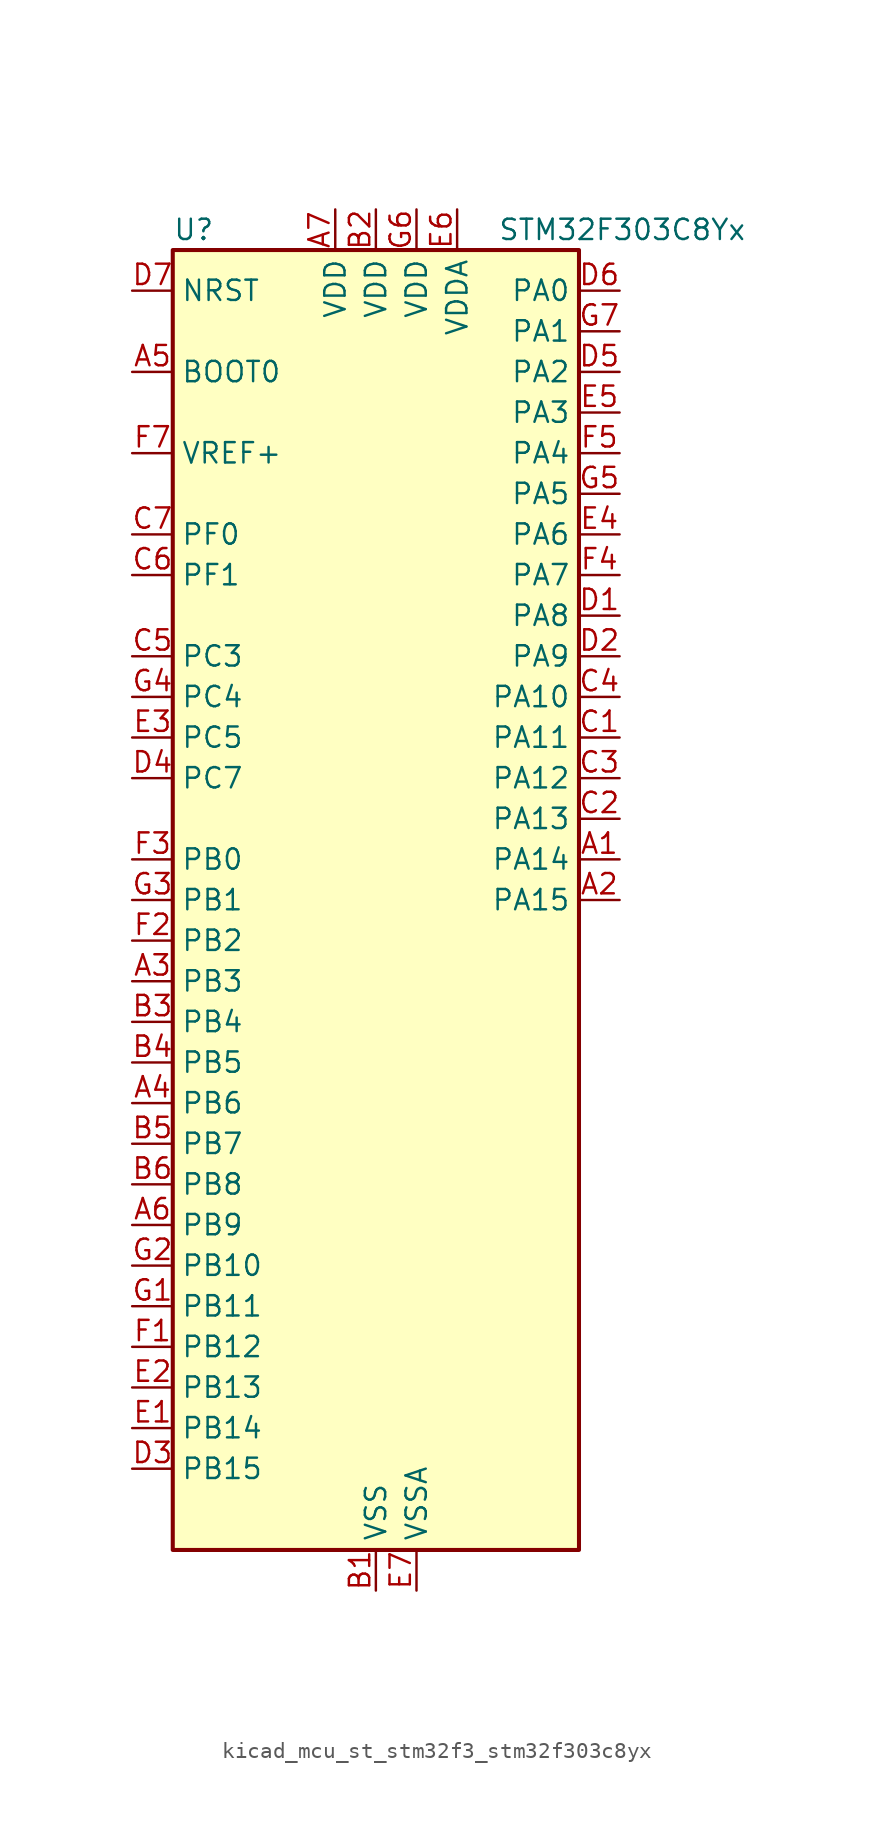
<source format=kicad_sym>
(kicad_symbol_lib
  (version 20220914)
  (generator kicad_symbol_editor)
  (symbol "kicad_mcu_st_stm32f3_stm32f303c8yx"
    (property "Reference" "U"
      (at -12.7 41.91 0)
      (effects (font (size 1.27 1.27)) (justify left)))
    (property "Value" "STM32F303C8Yx"
      (at 7.62 41.91 0)
      (effects (font (size 1.27 1.27)) (justify left)))
    (property "ki_locked" ""
      (at 0 0 0)
      (effects (font (size 1.27 1.27))))
    (symbol "kicad_mcu_st_stm32f3_stm32f303c8yx_0_1"
      (rectangle (start -12.7 -40.64) (end 12.7 40.64) (stroke (width 0.254) (type default)) (fill (type background))))
    (symbol "kicad_mcu_st_stm32f3_stm32f303c8yx_1_1"
      (pin bidirectional line (at 15.24 2.54 180) (length 2.54) (name "PA14" (effects (font (size 1.27 1.27)))) (number "A1" (effects (font (size 1.27 1.27)))) (alternate "I2C1_SDA" bidirectional line) (alternate "SYS_JTCK-SWCLK" bidirectional line) (alternate "TIM1_BKIN" bidirectional line) (alternate "TSC_G4_IO4" bidirectional line) (alternate "USART2_TX" bidirectional line))
      (pin bidirectional line (at 15.24 0 180) (length 2.54) (name "PA15" (effects (font (size 1.27 1.27)))) (number "A2" (effects (font (size 1.27 1.27)))) (alternate "I2C1_SCL" bidirectional line) (alternate "SPI1_NSS" bidirectional line) (alternate "SYS_JTDI" bidirectional line) (alternate "TIM1_BKIN" bidirectional line) (alternate "TIM2_CH1" bidirectional line) (alternate "TIM2_ETR" bidirectional line) (alternate "TSC_SYNC" bidirectional line) (alternate "USART2_RX" bidirectional line))
      (pin bidirectional line (at -15.24 -5.08 0) (length 2.54) (name "PB3" (effects (font (size 1.27 1.27)))) (number "A3" (effects (font (size 1.27 1.27)))) (alternate "SPI1_SCK" bidirectional line) (alternate "SYS_JTDO-TRACESWO" bidirectional line) (alternate "TIM2_CH2" bidirectional line) (alternate "TIM3_ETR" bidirectional line) (alternate "TSC_G5_IO1" bidirectional line) (alternate "USART2_TX" bidirectional line))
      (pin bidirectional line (at -15.24 -12.7 0) (length 2.54) (name "PB6" (effects (font (size 1.27 1.27)))) (number "A4" (effects (font (size 1.27 1.27)))) (alternate "I2C1_SCL" bidirectional line) (alternate "TIM16_CH1N" bidirectional line) (alternate "TSC_G5_IO3" bidirectional line) (alternate "USART1_TX" bidirectional line))
      (pin input line (at -15.24 33.02 0) (length 2.54) (name "BOOT0" (effects (font (size 1.27 1.27)))) (number "A5" (effects (font (size 1.27 1.27)))))
      (pin bidirectional line (at -15.24 -20.32 0) (length 2.54) (name "PB9" (effects (font (size 1.27 1.27)))) (number "A6" (effects (font (size 1.27 1.27)))) (alternate "CAN_TX" bidirectional line) (alternate "COMP2_OUT" bidirectional line) (alternate "DAC1_EXTI9" bidirectional line) (alternate "DAC2_EXTI9" bidirectional line) (alternate "I2C1_SDA" bidirectional line) (alternate "IR_OUT" bidirectional line) (alternate "TIM17_CH1" bidirectional line) (alternate "USART3_TX" bidirectional line))
      (pin power_in line (at -2.54 43.18 270) (length 2.54) (name "VDD" (effects (font (size 1.27 1.27)))) (number "A7" (effects (font (size 1.27 1.27)))))
      (pin power_in line (at 0 -43.18 90) (length 2.54) (name "VSS" (effects (font (size 1.27 1.27)))) (number "B1" (effects (font (size 1.27 1.27)))))
      (pin power_in line (at 0 43.18 270) (length 2.54) (name "VDD" (effects (font (size 1.27 1.27)))) (number "B2" (effects (font (size 1.27 1.27)))))
      (pin bidirectional line (at -15.24 -7.62 0) (length 2.54) (name "PB4" (effects (font (size 1.27 1.27)))) (number "B3" (effects (font (size 1.27 1.27)))) (alternate "SPI1_MISO" bidirectional line) (alternate "SYS_NJTRST" bidirectional line) (alternate "TIM16_CH1" bidirectional line) (alternate "TIM17_BKIN" bidirectional line) (alternate "TIM3_CH1" bidirectional line) (alternate "TSC_G5_IO2" bidirectional line) (alternate "USART2_RX" bidirectional line))
      (pin bidirectional line (at -15.24 -10.16 0) (length 2.54) (name "PB5" (effects (font (size 1.27 1.27)))) (number "B4" (effects (font (size 1.27 1.27)))) (alternate "I2C1_SMBA" bidirectional line) (alternate "SPI1_MOSI" bidirectional line) (alternate "TIM16_BKIN" bidirectional line) (alternate "TIM17_CH1" bidirectional line) (alternate "TIM3_CH2" bidirectional line) (alternate "USART2_CK" bidirectional line))
      (pin bidirectional line (at -15.24 -15.24 0) (length 2.54) (name "PB7" (effects (font (size 1.27 1.27)))) (number "B5" (effects (font (size 1.27 1.27)))) (alternate "I2C1_SDA" bidirectional line) (alternate "TIM17_CH1N" bidirectional line) (alternate "TIM3_CH4" bidirectional line) (alternate "TSC_G5_IO4" bidirectional line) (alternate "USART1_RX" bidirectional line))
      (pin bidirectional line (at -15.24 -17.78 0) (length 2.54) (name "PB8" (effects (font (size 1.27 1.27)))) (number "B6" (effects (font (size 1.27 1.27)))) (alternate "CAN_RX" bidirectional line) (alternate "I2C1_SCL" bidirectional line) (alternate "TIM16_CH1" bidirectional line) (alternate "TIM1_BKIN" bidirectional line) (alternate "TSC_SYNC" bidirectional line) (alternate "USART3_RX" bidirectional line))
      (pin passive line (at 0 -43.18 90) (length 2.54) hide (name "VSS" (effects (font (size 1.27 1.27)))) (number "B7" (effects (font (size 1.27 1.27)))))
      (pin bidirectional line (at 15.24 10.16 180) (length 2.54) (name "PA11" (effects (font (size 1.27 1.27)))) (number "C1" (effects (font (size 1.27 1.27)))) (alternate "CAN_RX" bidirectional line) (alternate "TIM1_BKIN2" bidirectional line) (alternate "TIM1_CH1N" bidirectional line) (alternate "TIM1_CH4" bidirectional line) (alternate "USART1_CTS" bidirectional line))
      (pin bidirectional line (at 15.24 5.08 180) (length 2.54) (name "PA13" (effects (font (size 1.27 1.27)))) (number "C2" (effects (font (size 1.27 1.27)))) (alternate "IR_OUT" bidirectional line) (alternate "SYS_JTMS-SWDIO" bidirectional line) (alternate "TIM16_CH1N" bidirectional line) (alternate "TSC_G4_IO3" bidirectional line) (alternate "USART3_CTS" bidirectional line))
      (pin bidirectional line (at 15.24 7.62 180) (length 2.54) (name "PA12" (effects (font (size 1.27 1.27)))) (number "C3" (effects (font (size 1.27 1.27)))) (alternate "CAN_TX" bidirectional line) (alternate "COMP2_OUT" bidirectional line) (alternate "TIM16_CH1" bidirectional line) (alternate "TIM1_CH2N" bidirectional line) (alternate "TIM1_ETR" bidirectional line) (alternate "USART1_DE" bidirectional line) (alternate "USART1_RTS" bidirectional line))
      (pin bidirectional line (at 15.24 12.7 180) (length 2.54) (name "PA10" (effects (font (size 1.27 1.27)))) (number "C4" (effects (font (size 1.27 1.27)))) (alternate "COMP6_OUT" bidirectional line) (alternate "TIM17_BKIN" bidirectional line) (alternate "TIM1_CH3" bidirectional line) (alternate "TIM2_CH4" bidirectional line) (alternate "TSC_G4_IO2" bidirectional line) (alternate "USART1_RX" bidirectional line))
      (pin bidirectional line (at -15.24 15.24 0) (length 2.54) (name "PC3" (effects (font (size 1.27 1.27)))) (number "C5" (effects (font (size 1.27 1.27)))) (alternate "ADC1_IN9" bidirectional line) (alternate "ADC2_IN9" bidirectional line) (alternate "TIM1_BKIN2" bidirectional line) (alternate "TIM1_CH4" bidirectional line))
      (pin bidirectional line (at -15.24 20.32 0) (length 2.54) (name "PF1" (effects (font (size 1.27 1.27)))) (number "C6" (effects (font (size 1.27 1.27)))) (alternate "RCC_OSC_OUT" bidirectional line))
      (pin bidirectional line (at -15.24 22.86 0) (length 2.54) (name "PF0" (effects (font (size 1.27 1.27)))) (number "C7" (effects (font (size 1.27 1.27)))) (alternate "RCC_OSC_IN" bidirectional line) (alternate "TIM1_CH3N" bidirectional line))
      (pin bidirectional line (at 15.24 17.78 180) (length 2.54) (name "PA8" (effects (font (size 1.27 1.27)))) (number "D1" (effects (font (size 1.27 1.27)))) (alternate "RCC_MCO" bidirectional line) (alternate "TIM1_CH1" bidirectional line) (alternate "USART1_CK" bidirectional line))
      (pin bidirectional line (at 15.24 15.24 180) (length 2.54) (name "PA9" (effects (font (size 1.27 1.27)))) (number "D2" (effects (font (size 1.27 1.27)))) (alternate "DAC1_EXTI9" bidirectional line) (alternate "DAC2_EXTI9" bidirectional line) (alternate "TIM15_BKIN" bidirectional line) (alternate "TIM1_CH2" bidirectional line) (alternate "TIM2_CH3" bidirectional line) (alternate "TSC_G4_IO1" bidirectional line) (alternate "USART1_TX" bidirectional line))
      (pin bidirectional line (at -15.24 -35.56 0) (length 2.54) (name "PB15" (effects (font (size 1.27 1.27)))) (number "D3" (effects (font (size 1.27 1.27)))) (alternate "ADC2_IN15" bidirectional line) (alternate "COMP6_INM" bidirectional line) (alternate "RTC_REFIN" bidirectional line) (alternate "TIM15_CH1N" bidirectional line) (alternate "TIM15_CH2" bidirectional line) (alternate "TIM1_CH3N" bidirectional line))
      (pin bidirectional line (at -15.24 7.62 0) (length 2.54) (name "PC7" (effects (font (size 1.27 1.27)))) (number "D4" (effects (font (size 1.27 1.27)))) (alternate "TIM3_CH2" bidirectional line))
      (pin bidirectional line (at 15.24 33.02 180) (length 2.54) (name "PA2" (effects (font (size 1.27 1.27)))) (number "D5" (effects (font (size 1.27 1.27)))) (alternate "ADC1_IN3" bidirectional line) (alternate "COMP2_INM" bidirectional line) (alternate "COMP2_OUT" bidirectional line) (alternate "TIM15_CH1" bidirectional line) (alternate "TIM2_CH3" bidirectional line) (alternate "TSC_G1_IO3" bidirectional line) (alternate "USART2_TX" bidirectional line))
      (pin bidirectional line (at 15.24 38.1 180) (length 2.54) (name "PA0" (effects (font (size 1.27 1.27)))) (number "D6" (effects (font (size 1.27 1.27)))) (alternate "ADC1_IN1" bidirectional line) (alternate "RTC_TAMP2" bidirectional line) (alternate "SYS_WKUP1" bidirectional line) (alternate "TIM2_CH1" bidirectional line) (alternate "TIM2_ETR" bidirectional line) (alternate "TSC_G1_IO1" bidirectional line) (alternate "USART2_CTS" bidirectional line))
      (pin input line (at -15.24 38.1 0) (length 2.54) (name "NRST" (effects (font (size 1.27 1.27)))) (number "D7" (effects (font (size 1.27 1.27)))))
      (pin bidirectional line (at -15.24 -33.02 0) (length 2.54) (name "PB14" (effects (font (size 1.27 1.27)))) (number "E1" (effects (font (size 1.27 1.27)))) (alternate "ADC2_IN14" bidirectional line) (alternate "OPAMP2_VINP" bidirectional line) (alternate "OPAMP2_VINP_SEC" bidirectional line) (alternate "TIM15_CH1" bidirectional line) (alternate "TIM1_CH2N" bidirectional line) (alternate "TSC_G6_IO4" bidirectional line) (alternate "USART3_DE" bidirectional line) (alternate "USART3_RTS" bidirectional line))
      (pin bidirectional line (at -15.24 -30.48 0) (length 2.54) (name "PB13" (effects (font (size 1.27 1.27)))) (number "E2" (effects (font (size 1.27 1.27)))) (alternate "ADC1_IN13" bidirectional line) (alternate "TIM1_CH1N" bidirectional line) (alternate "TSC_G6_IO3" bidirectional line) (alternate "USART3_CTS" bidirectional line))
      (pin bidirectional line (at -15.24 10.16 0) (length 2.54) (name "PC5" (effects (font (size 1.27 1.27)))) (number "E3" (effects (font (size 1.27 1.27)))) (alternate "ADC2_IN11" bidirectional line) (alternate "OPAMP2_VINM" bidirectional line) (alternate "OPAMP2_VINM_SEC" bidirectional line) (alternate "TIM15_BKIN" bidirectional line) (alternate "TSC_G3_IO1" bidirectional line) (alternate "USART1_RX" bidirectional line))
      (pin bidirectional line (at 15.24 22.86 180) (length 2.54) (name "PA6" (effects (font (size 1.27 1.27)))) (number "E4" (effects (font (size 1.27 1.27)))) (alternate "ADC2_IN3" bidirectional line) (alternate "DAC2_OUT1" bidirectional line) (alternate "OPAMP2_VOUT" bidirectional line) (alternate "SPI1_MISO" bidirectional line) (alternate "TIM16_CH1" bidirectional line) (alternate "TIM1_BKIN" bidirectional line) (alternate "TIM3_CH1" bidirectional line) (alternate "TSC_G2_IO3" bidirectional line))
      (pin bidirectional line (at 15.24 30.48 180) (length 2.54) (name "PA3" (effects (font (size 1.27 1.27)))) (number "E5" (effects (font (size 1.27 1.27)))) (alternate "ADC1_IN4" bidirectional line) (alternate "TIM15_CH2" bidirectional line) (alternate "TIM2_CH4" bidirectional line) (alternate "TSC_G1_IO4" bidirectional line) (alternate "USART2_RX" bidirectional line))
      (pin power_in line (at 5.08 43.18 270) (length 2.54) (name "VDDA" (effects (font (size 1.27 1.27)))) (number "E6" (effects (font (size 1.27 1.27)))))
      (pin power_in line (at 2.54 -43.18 90) (length 2.54) (name "VSSA" (effects (font (size 1.27 1.27)))) (number "E7" (effects (font (size 1.27 1.27)))))
      (pin bidirectional line (at -15.24 -27.94 0) (length 2.54) (name "PB12" (effects (font (size 1.27 1.27)))) (number "F1" (effects (font (size 1.27 1.27)))) (alternate "ADC2_IN13" bidirectional line) (alternate "TIM1_BKIN" bidirectional line) (alternate "TSC_G6_IO2" bidirectional line) (alternate "USART3_CK" bidirectional line))
      (pin bidirectional line (at -15.24 -2.54 0) (length 2.54) (name "PB2" (effects (font (size 1.27 1.27)))) (number "F2" (effects (font (size 1.27 1.27)))) (alternate "ADC2_IN12" bidirectional line) (alternate "COMP4_INM" bidirectional line) (alternate "TSC_G3_IO4" bidirectional line))
      (pin bidirectional line (at -15.24 2.54 0) (length 2.54) (name "PB0" (effects (font (size 1.27 1.27)))) (number "F3" (effects (font (size 1.27 1.27)))) (alternate "ADC1_IN11" bidirectional line) (alternate "COMP4_INP" bidirectional line) (alternate "OPAMP2_VINP" bidirectional line) (alternate "OPAMP2_VINP_SEC" bidirectional line) (alternate "TIM1_CH2N" bidirectional line) (alternate "TIM3_CH3" bidirectional line) (alternate "TSC_G3_IO2" bidirectional line))
      (pin bidirectional line (at 15.24 20.32 180) (length 2.54) (name "PA7" (effects (font (size 1.27 1.27)))) (number "F4" (effects (font (size 1.27 1.27)))) (alternate "ADC2_IN4" bidirectional line) (alternate "COMP2_INP" bidirectional line) (alternate "OPAMP2_VINP" bidirectional line) (alternate "OPAMP2_VINP_SEC" bidirectional line) (alternate "SPI1_MOSI" bidirectional line) (alternate "TIM17_CH1" bidirectional line) (alternate "TIM1_CH1N" bidirectional line) (alternate "TIM3_CH2" bidirectional line) (alternate "TSC_G2_IO4" bidirectional line))
      (pin bidirectional line (at 15.24 27.94 180) (length 2.54) (name "PA4" (effects (font (size 1.27 1.27)))) (number "F5" (effects (font (size 1.27 1.27)))) (alternate "ADC2_IN1" bidirectional line) (alternate "COMP2_INM" bidirectional line) (alternate "COMP4_INM" bidirectional line) (alternate "COMP6_INM" bidirectional line) (alternate "DAC1_OUT1" bidirectional line) (alternate "SPI1_NSS" bidirectional line) (alternate "TIM3_CH2" bidirectional line) (alternate "TSC_G2_IO1" bidirectional line) (alternate "USART2_CK" bidirectional line))
      (pin passive line (at 0 -43.18 90) (length 2.54) hide (name "VSS" (effects (font (size 1.27 1.27)))) (number "F6" (effects (font (size 1.27 1.27)))))
      (pin input line (at -15.24 27.94 0) (length 2.54) (name "VREF+" (effects (font (size 1.27 1.27)))) (number "F7" (effects (font (size 1.27 1.27)))))
      (pin bidirectional line (at -15.24 -25.4 0) (length 2.54) (name "PB11" (effects (font (size 1.27 1.27)))) (number "G1" (effects (font (size 1.27 1.27)))) (alternate "COMP6_INP" bidirectional line) (alternate "TIM2_CH4" bidirectional line) (alternate "TSC_G6_IO1" bidirectional line) (alternate "USART3_RX" bidirectional line))
      (pin bidirectional line (at -15.24 -22.86 0) (length 2.54) (name "PB10" (effects (font (size 1.27 1.27)))) (number "G2" (effects (font (size 1.27 1.27)))) (alternate "TIM2_CH3" bidirectional line) (alternate "TSC_SYNC" bidirectional line) (alternate "USART3_TX" bidirectional line))
      (pin bidirectional line (at -15.24 0 0) (length 2.54) (name "PB1" (effects (font (size 1.27 1.27)))) (number "G3" (effects (font (size 1.27 1.27)))) (alternate "ADC1_IN12" bidirectional line) (alternate "COMP4_OUT" bidirectional line) (alternate "TIM1_CH3N" bidirectional line) (alternate "TIM3_CH4" bidirectional line) (alternate "TSC_G3_IO3" bidirectional line))
      (pin bidirectional line (at -15.24 12.7 0) (length 2.54) (name "PC4" (effects (font (size 1.27 1.27)))) (number "G4" (effects (font (size 1.27 1.27)))) (alternate "ADC2_IN5" bidirectional line) (alternate "TIM1_ETR" bidirectional line) (alternate "USART1_TX" bidirectional line))
      (pin bidirectional line (at 15.24 25.4 180) (length 2.54) (name "PA5" (effects (font (size 1.27 1.27)))) (number "G5" (effects (font (size 1.27 1.27)))) (alternate "ADC2_IN2" bidirectional line) (alternate "DAC1_OUT2" bidirectional line) (alternate "OPAMP2_VINM" bidirectional line) (alternate "OPAMP2_VINM_SEC" bidirectional line) (alternate "SPI1_SCK" bidirectional line) (alternate "TIM2_CH1" bidirectional line) (alternate "TIM2_ETR" bidirectional line) (alternate "TSC_G2_IO2" bidirectional line))
      (pin power_in line (at 2.54 43.18 270) (length 2.54) (name "VDD" (effects (font (size 1.27 1.27)))) (number "G6" (effects (font (size 1.27 1.27)))))
      (pin bidirectional line (at 15.24 35.56 180) (length 2.54) (name "PA1" (effects (font (size 1.27 1.27)))) (number "G7" (effects (font (size 1.27 1.27)))) (alternate "ADC1_IN2" bidirectional line) (alternate "RTC_REFIN" bidirectional line) (alternate "TIM15_CH1N" bidirectional line) (alternate "TIM2_CH2" bidirectional line) (alternate "TSC_G1_IO2" bidirectional line) (alternate "USART2_DE" bidirectional line) (alternate "USART2_RTS" bidirectional line)))))
</source>
